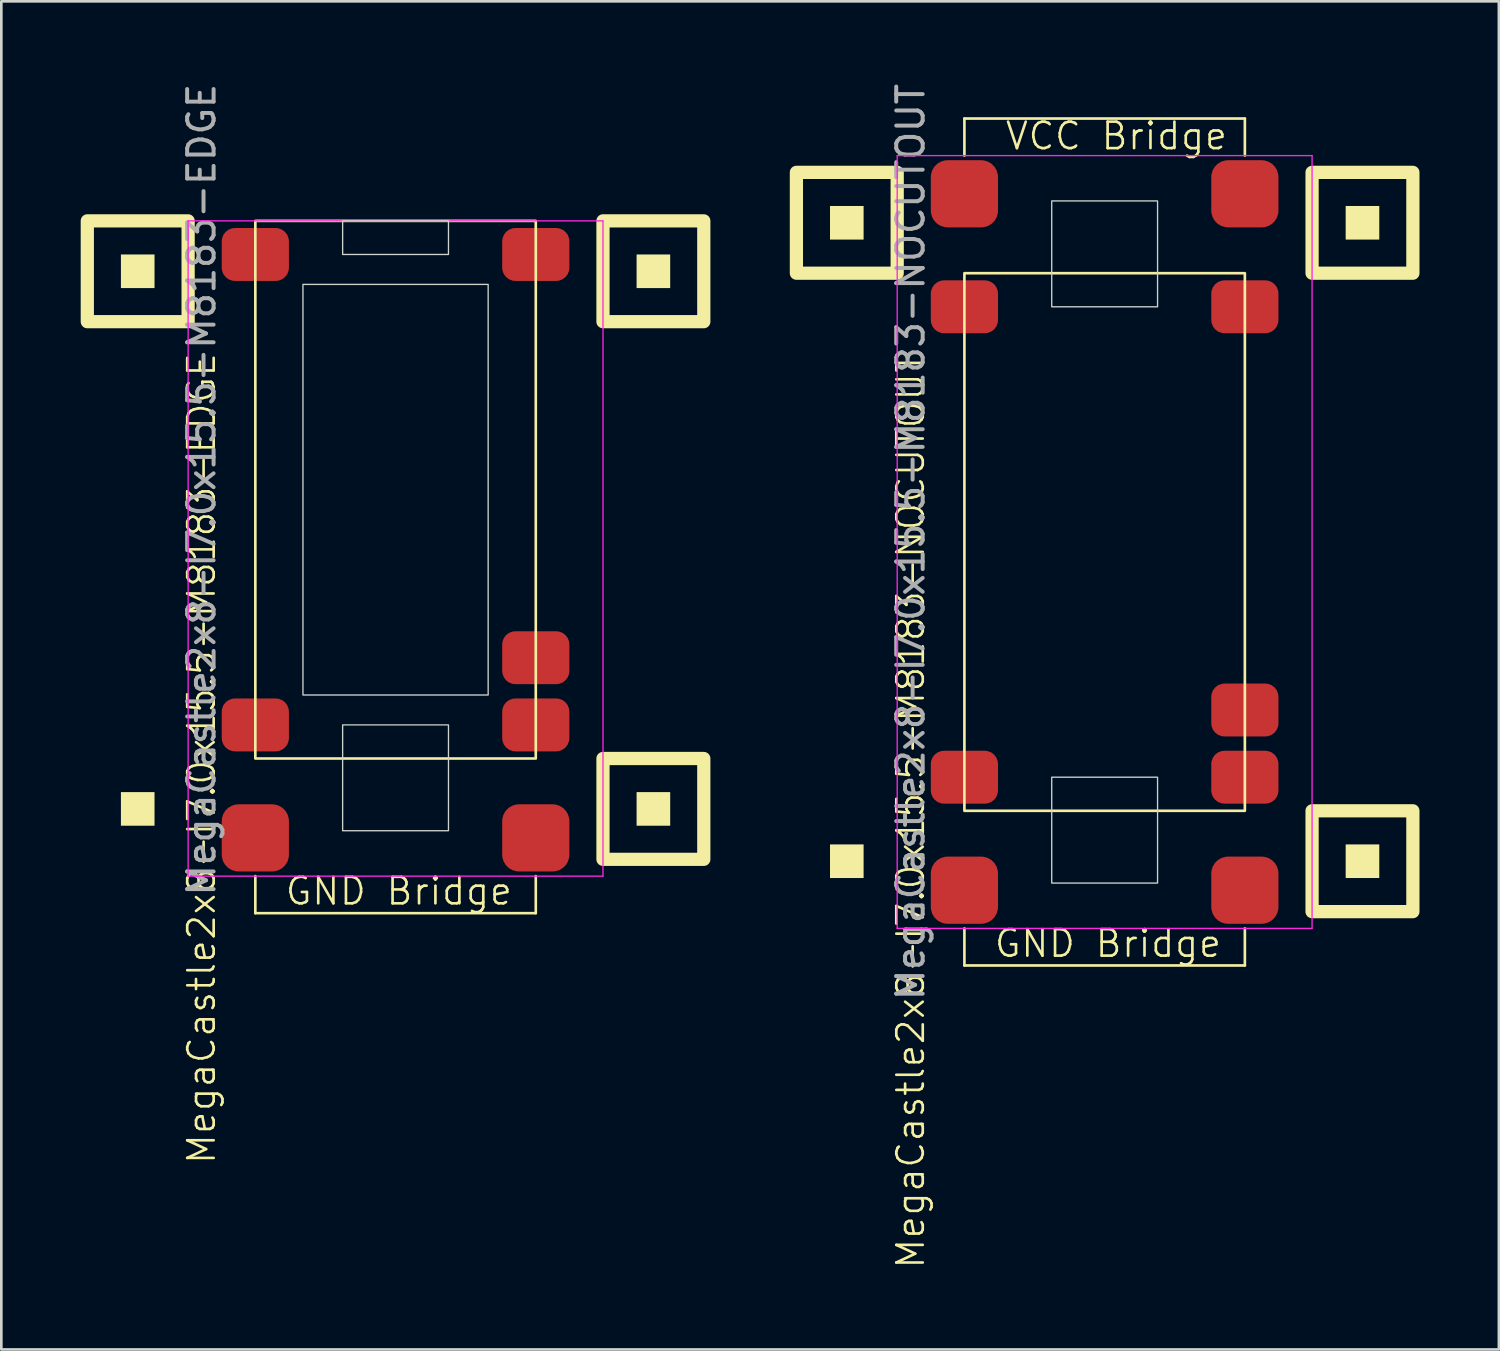
<source format=kicad_pcb>
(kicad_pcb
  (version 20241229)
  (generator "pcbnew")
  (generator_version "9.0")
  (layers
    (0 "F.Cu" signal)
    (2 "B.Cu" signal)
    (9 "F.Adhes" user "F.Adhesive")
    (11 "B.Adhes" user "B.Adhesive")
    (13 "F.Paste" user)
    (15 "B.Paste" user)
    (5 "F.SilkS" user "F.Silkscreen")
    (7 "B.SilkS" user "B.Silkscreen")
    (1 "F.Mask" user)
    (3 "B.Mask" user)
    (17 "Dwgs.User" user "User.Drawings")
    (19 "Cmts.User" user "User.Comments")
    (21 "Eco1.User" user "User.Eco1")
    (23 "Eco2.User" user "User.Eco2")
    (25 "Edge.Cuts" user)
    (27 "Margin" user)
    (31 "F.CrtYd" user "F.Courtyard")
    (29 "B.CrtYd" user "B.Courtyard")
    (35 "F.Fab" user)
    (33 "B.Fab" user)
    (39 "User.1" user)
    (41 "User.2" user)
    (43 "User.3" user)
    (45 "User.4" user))
  (footprint "MegaCastle2x8-I7.0x15.5-M8183-NOCUTOUT"
    (layer "F.Cu")
    (at 38.7 17.435)
    (property "Reference" "MegaCastle2x8-I7.0x15.5-M8183-NOCUTOUT" (at -7.332 10.16 90) (unlocked yes) (layer "F.SilkS") (effects (font (size 1 1) (thickness 0.1))))
    (attr smd)
    (fp_line (start -5.3 -16.005) (end 5.3 -16.005) (stroke (width 0.1) (type default)) (layer "F.SilkS"))
    (fp_line (start -5.3 -14.605) (end -5.3 -16.005) (stroke (width 0.1) (type default)) (layer "F.SilkS"))
    (fp_line (start -5.3 14.605) (end -5.3 16.005) (stroke (width 0.1) (type default)) (layer "F.SilkS"))
    (fp_line (start -5.3 16.005) (end 5.3 16.005) (stroke (width 0.1) (type default)) (layer "F.SilkS"))
    (fp_line (start 5.3 -14.605) (end 5.3 -16.005) (stroke (width 0.1) (type default)) (layer "F.SilkS"))
    (fp_line (start 5.3 14.605) (end 5.3 16.005) (stroke (width 0.1) (type default)) (layer "F.SilkS"))
    (fp_rect (start -9.11 -11.43) (end -10.38 -12.7) (stroke (width 0) (type solid)) (fill yes) (layer "F.SilkS"))
    (fp_rect (start -9.11 12.7) (end -10.38 11.43) (stroke (width 0) (type solid)) (fill yes) (layer "F.SilkS"))
    (fp_rect (start -7.84 -10.16) (end -11.65 -13.97) (stroke (width 0.5) (type default)) (fill no) (layer "F.SilkS"))
    (fp_rect (start -5.3 -10.16) (end 5.3 10.16) (stroke (width 0.1) (type default)) (fill no) (layer "F.SilkS"))
    (fp_rect (start 10.38 -11.43) (end 9.11 -12.7) (stroke (width 0) (type solid)) (fill yes) (layer "F.SilkS"))
    (fp_rect (start 10.38 12.7) (end 9.11 11.43) (stroke (width 0) (type solid)) (fill yes) (layer "F.SilkS"))
    (fp_rect (start 11.65 -10.16) (end 7.84 -13.97) (stroke (width 0.5) (type default)) (fill no) (layer "F.SilkS"))
    (fp_rect (start 11.65 13.97) (end 7.84 10.16) (stroke (width 0.5) (type default)) (fill no) (layer "F.SilkS"))
    (fp_rect (start -2 -8.89) (end 2 -12.89) (stroke (width 0.05) (type default)) (fill no) (layer "Edge.Cuts"))
    (fp_rect (start -2 8.89) (end 2 12.89) (stroke (width 0.05) (type default)) (fill no) (layer "Edge.Cuts"))
    (fp_line (start -7.84 -14.605) (end -7.84 14.605) (stroke (width 0.05) (type default)) (layer "F.CrtYd"))
    (fp_line (start -7.84 14.605) (end 7.84 14.605) (stroke (width 0.05) (type default)) (layer "F.CrtYd"))
    (fp_line (start 7.84 -14.605) (end -7.84 -14.605) (stroke (width 0.05) (type default)) (layer "F.CrtYd"))
    (fp_line (start 7.84 -14.605) (end 7.84 14.605) (stroke (width 0.05) (type default)) (layer "F.CrtYd"))
    (fp_text user "GND Bridge" (at -4.226 15.76 0) (unlocked yes) (layer "F.SilkS") (effects (font (size 1 1) (thickness 0.1)) (justify left bottom)))
    (fp_text user "VCC Bridge" (at -3.81 -14.76 0) (unlocked yes) (layer "F.SilkS") (effects (font (size 1 1) (thickness 0.1)) (justify left bottom)))
    (fp_text user "${REFERENCE}" (at -7.332 0 90) (unlocked yes) (layer "F.Fab") (effects (font (size 1 1) (thickness 0.15))))
    (pad "1" smd roundrect (at -5.3 -8.89) (size 2.54 2) (layers "F.Cu" "F.Mask" "F.Paste") (roundrect_rratio 0.25))
    (pad "8" smd roundrect (at -5.3 8.89) (size 2.54 2) (layers "F.Cu" "F.Mask" "F.Paste") (roundrect_rratio 0.25))
    (pad "9" smd roundrect (at 5.3 -8.89) (size 2.54 2) (layers "F.Cu" "F.Mask" "F.Paste") (roundrect_rratio 0.25))
    (pad "15" smd roundrect (at 5.3 6.35) (size 2.54 2) (layers "F.Cu" "F.Mask" "F.Paste") (roundrect_rratio 0.25))
    (pad "16" smd roundrect (at 5.3 8.89) (size 2.54 2) (layers "F.Cu" "F.Mask" "F.Paste") (roundrect_rratio 0.25))
    (pad "A1" smd roundrect (at -5.3 -13.16) (size 2.54 2.54) (layers "F.Cu" "F.Mask" "F.Paste") (roundrect_rratio 0.25))
    (pad "A2" smd roundrect (at 5.3 -13.16) (size 2.54 2.54) (layers "F.Cu" "F.Mask" "F.Paste") (roundrect_rratio 0.25))
    (pad "B1" smd roundrect (at -5.3 13.16) (size 2.54 2.54) (layers "F.Cu" "F.Mask" "F.Paste") (roundrect_rratio 0.25))
    (pad "B2" smd roundrect (at 5.3 13.16) (size 2.54 2.54) (layers "F.Cu" "F.Mask" "F.Paste") (roundrect_rratio 0.25)))
  (footprint "MegaCastle2x8-I7.0x15.5-M8183-EDGE"
    (layer "F.Cu")
    (at 11.9 15.458)
    (property "Reference" "MegaCastle2x8-I7.0x15.5-M8183-EDGE" (at -7.332 10.16 90) (unlocked yes) (layer "F.SilkS") (effects (font (size 1 1) (thickness 0.1))))
    (attr smd)
    (fp_line (start -5.3 14.605) (end -5.3 16.005) (stroke (width 0.1) (type default)) (layer "F.SilkS"))
    (fp_line (start -5.3 16.005) (end 5.3 16.005) (stroke (width 0.1) (type default)) (layer "F.SilkS"))
    (fp_line (start 5.3 14.605) (end 5.3 16.005) (stroke (width 0.1) (type default)) (layer "F.SilkS"))
    (fp_rect (start -9.11 -7.62) (end -10.38 -8.89) (stroke (width 0) (type solid)) (fill yes) (layer "F.SilkS"))
    (fp_rect (start -9.11 12.7) (end -10.38 11.43) (stroke (width 0) (type solid)) (fill yes) (layer "F.SilkS"))
    (fp_rect (start -7.84 -6.35) (end -11.65 -10.16) (stroke (width 0.5) (type default)) (fill no) (layer "F.SilkS"))
    (fp_rect (start -5.3 -10.16) (end 5.3 10.16) (stroke (width 0.1) (type default)) (fill no) (layer "F.SilkS"))
    (fp_rect (start 10.38 -7.62) (end 9.11 -8.89) (stroke (width 0) (type solid)) (fill yes) (layer "F.SilkS"))
    (fp_rect (start 10.38 12.7) (end 9.11 11.43) (stroke (width 0) (type solid)) (fill yes) (layer "F.SilkS"))
    (fp_rect (start 11.65 -6.35) (end 7.84 -10.16) (stroke (width 0.5) (type default)) (fill no) (layer "F.SilkS"))
    (fp_rect (start 11.65 13.97) (end 7.84 10.16) (stroke (width 0.5) (type default)) (fill no) (layer "F.SilkS"))
    (fp_rect (start -3.5 -7.76) (end 3.5 7.76) (stroke (width 0.05) (type default)) (fill no) (layer "Edge.Cuts"))
    (fp_rect (start -2 -8.89) (end 2 -10.16) (stroke (width 0.05) (type default)) (fill no) (layer "Edge.Cuts"))
    (fp_rect (start -2 8.89) (end 2 12.89) (stroke (width 0.05) (type default)) (fill no) (layer "Edge.Cuts"))
    (fp_line (start -7.84 -10.16) (end -7.84 14.605) (stroke (width 0.05) (type default)) (layer "F.CrtYd"))
    (fp_line (start -7.84 14.605) (end 7.84 14.605) (stroke (width 0.05) (type default)) (layer "F.CrtYd"))
    (fp_line (start 7.84 -10.16) (end -7.84 -10.16) (stroke (width 0.05) (type default)) (layer "F.CrtYd"))
    (fp_line (start 7.84 -10.16) (end 7.84 14.605) (stroke (width 0.05) (type default)) (layer "F.CrtYd"))
    (fp_text user "GND Bridge" (at -4.226 15.76 0) (unlocked yes) (layer "F.SilkS") (effects (font (size 1 1) (thickness 0.1)) (justify left bottom)))
    (fp_text user "${REFERENCE}" (at -7.332 0 90) (unlocked yes) (layer "F.Fab") (effects (font (size 1 1) (thickness 0.15))))
    (pad "1" smd roundrect (at -5.3 -8.89) (size 2.54 2) (layers "F.Cu" "F.Mask" "F.Paste") (roundrect_rratio 0.25))
    (pad "8" smd roundrect (at -5.3 8.89) (size 2.54 2) (layers "F.Cu" "F.Mask" "F.Paste") (roundrect_rratio 0.25))
    (pad "9" smd roundrect (at 5.3 -8.89) (size 2.54 2) (layers "F.Cu" "F.Mask" "F.Paste") (roundrect_rratio 0.25))
    (pad "15" smd roundrect (at 5.3 6.35) (size 2.54 2) (layers "F.Cu" "F.Mask" "F.Paste") (roundrect_rratio 0.25))
    (pad "16" smd roundrect (at 5.3 8.89) (size 2.54 2) (layers "F.Cu" "F.Mask" "F.Paste") (roundrect_rratio 0.25))
    (pad "B1" smd roundrect (at -5.3 13.16) (size 2.54 2.54) (layers "F.Cu" "F.Mask" "F.Paste") (roundrect_rratio 0.25))
    (pad "B2" smd roundrect (at 5.3 13.16) (size 2.54 2.54) (layers "F.Cu" "F.Mask" "F.Paste") (roundrect_rratio 0.25)))
  (gr_rect
    (start -3 -3)
    (end 53.6 47.954)
    (stroke (width 0.1) (type default))
    (fill no)
    (layer "Edge.Cuts")))
</source>
